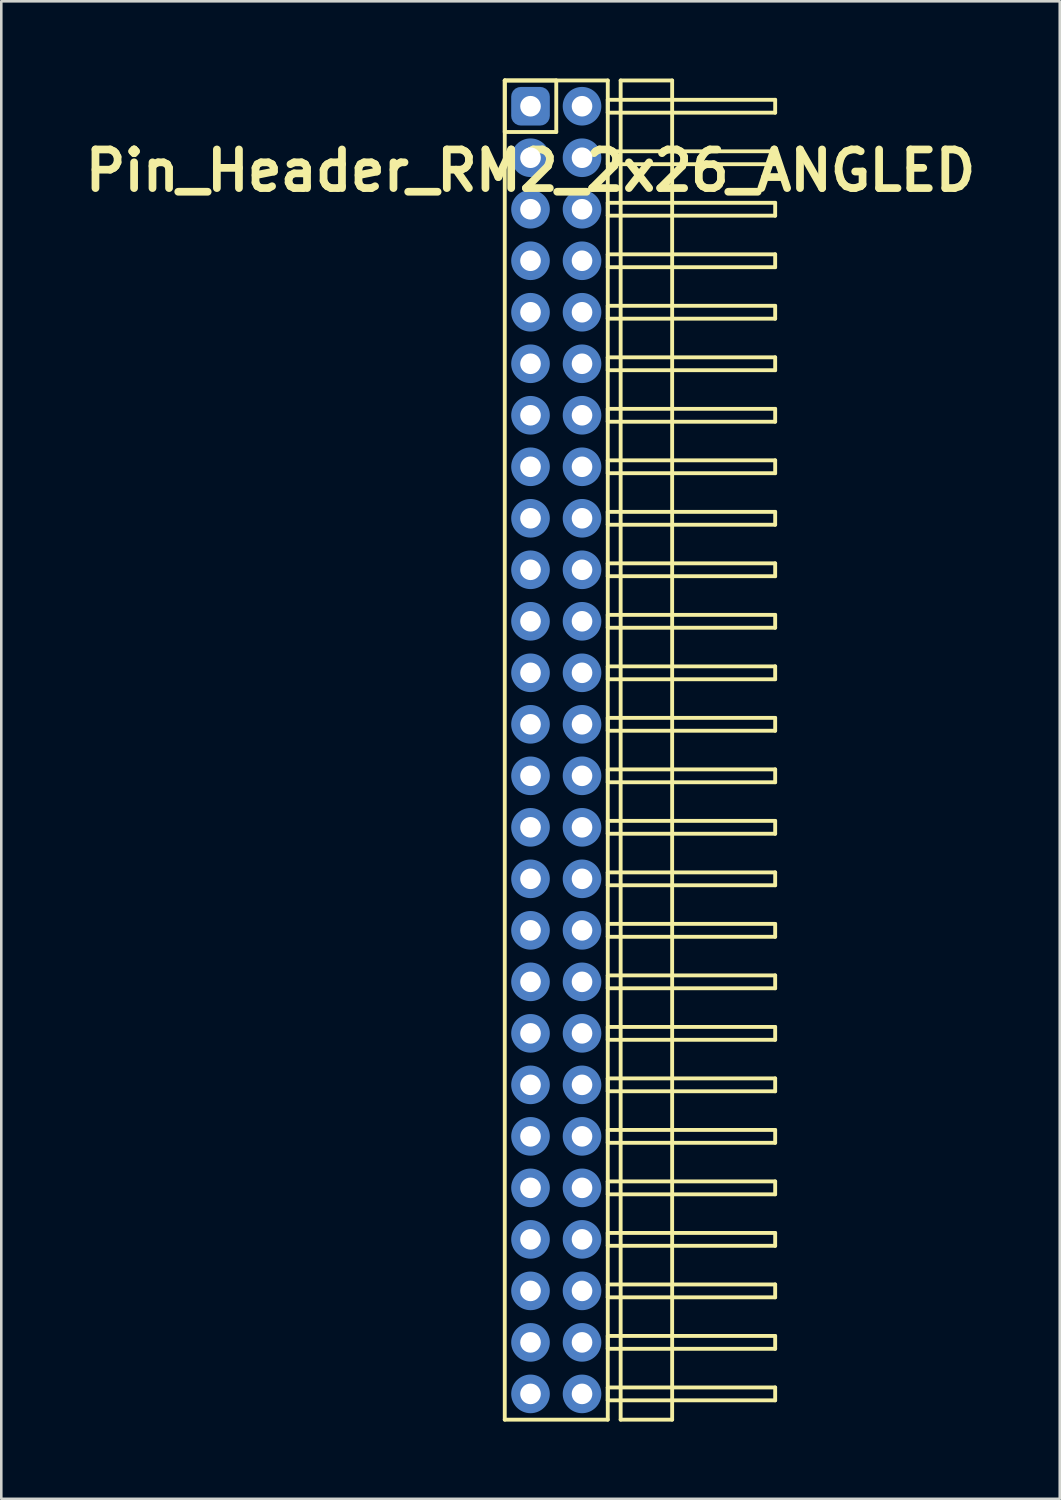
<source format=kicad_pcb>
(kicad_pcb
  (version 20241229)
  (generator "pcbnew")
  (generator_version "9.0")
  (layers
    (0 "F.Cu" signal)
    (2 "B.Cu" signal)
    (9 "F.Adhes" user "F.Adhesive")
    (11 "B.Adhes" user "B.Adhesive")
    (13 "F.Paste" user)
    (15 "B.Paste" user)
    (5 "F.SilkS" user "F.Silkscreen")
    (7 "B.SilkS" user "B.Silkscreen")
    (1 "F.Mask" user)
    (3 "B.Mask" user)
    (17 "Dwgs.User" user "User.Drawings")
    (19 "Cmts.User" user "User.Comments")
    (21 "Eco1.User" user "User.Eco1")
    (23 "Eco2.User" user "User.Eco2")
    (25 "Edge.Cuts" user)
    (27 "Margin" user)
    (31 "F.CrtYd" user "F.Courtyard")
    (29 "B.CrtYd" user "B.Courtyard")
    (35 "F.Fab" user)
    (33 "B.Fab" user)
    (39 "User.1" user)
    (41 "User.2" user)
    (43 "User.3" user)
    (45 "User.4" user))
  (footprint "Pin_Header_RM2_2x26_ANGLED"
    (layer "F.Cu")
    (at 17.55 1.075)
    (property "Reference" "Pin_Header_RM2_2x26_ANGLED" (at 0 2.5 0) (layer "F.SilkS") (effects (font (size 1.5 1.5) (thickness 0.3))))
    (attr through_hole)
    (fp_line (start -1 -1) (end 1 -1) (stroke (width 0.15) (type solid)) (layer "F.SilkS"))
    (fp_line (start -1 -1) (end 3 -1) (stroke (width 0.15) (type solid)) (layer "F.SilkS"))
    (fp_line (start -1 1) (end -1 -1) (stroke (width 0.15) (type solid)) (layer "F.SilkS"))
    (fp_line (start -1 51) (end -1 -1) (stroke (width 0.15) (type solid)) (layer "F.SilkS"))
    (fp_line (start 1 -1) (end 1 1) (stroke (width 0.15) (type solid)) (layer "F.SilkS"))
    (fp_line (start 1 1) (end -1 1) (stroke (width 0.15) (type solid)) (layer "F.SilkS"))
    (fp_line (start 3 -1) (end 3 51) (stroke (width 0.15) (type solid)) (layer "F.SilkS"))
    (fp_line (start 3 -0.25) (end 9.5 -0.25) (stroke (width 0.15) (type solid)) (layer "F.SilkS"))
    (fp_line (start 3 0.25) (end 3 -0.25) (stroke (width 0.15) (type solid)) (layer "F.SilkS"))
    (fp_line (start 3 1.75) (end 9.5 1.75) (stroke (width 0.15) (type solid)) (layer "F.SilkS"))
    (fp_line (start 3 2.25) (end 3 1.75) (stroke (width 0.15) (type solid)) (layer "F.SilkS"))
    (fp_line (start 3 3.75) (end 9.5 3.75) (stroke (width 0.15) (type solid)) (layer "F.SilkS"))
    (fp_line (start 3 4.25) (end 3 3.75) (stroke (width 0.15) (type solid)) (layer "F.SilkS"))
    (fp_line (start 3 5.75) (end 9.5 5.75) (stroke (width 0.15) (type solid)) (layer "F.SilkS"))
    (fp_line (start 3 6.25) (end 3 5.75) (stroke (width 0.15) (type solid)) (layer "F.SilkS"))
    (fp_line (start 3 7.75) (end 9.5 7.75) (stroke (width 0.15) (type solid)) (layer "F.SilkS"))
    (fp_line (start 3 8.25) (end 3 7.75) (stroke (width 0.15) (type solid)) (layer "F.SilkS"))
    (fp_line (start 3 9.75) (end 9.5 9.75) (stroke (width 0.15) (type solid)) (layer "F.SilkS"))
    (fp_line (start 3 10.25) (end 3 9.75) (stroke (width 0.15) (type solid)) (layer "F.SilkS"))
    (fp_line (start 3 11.75) (end 9.5 11.75) (stroke (width 0.15) (type solid)) (layer "F.SilkS"))
    (fp_line (start 3 12.25) (end 3 11.75) (stroke (width 0.15) (type solid)) (layer "F.SilkS"))
    (fp_line (start 3 13.75) (end 9.5 13.75) (stroke (width 0.15) (type solid)) (layer "F.SilkS"))
    (fp_line (start 3 14.25) (end 3 13.75) (stroke (width 0.15) (type solid)) (layer "F.SilkS"))
    (fp_line (start 3 15.75) (end 9.5 15.75) (stroke (width 0.15) (type solid)) (layer "F.SilkS"))
    (fp_line (start 3 16.25) (end 3 15.75) (stroke (width 0.15) (type solid)) (layer "F.SilkS"))
    (fp_line (start 3 17.75) (end 9.5 17.75) (stroke (width 0.15) (type solid)) (layer "F.SilkS"))
    (fp_line (start 3 18.25) (end 3 17.75) (stroke (width 0.15) (type solid)) (layer "F.SilkS"))
    (fp_line (start 3 19.75) (end 9.5 19.75) (stroke (width 0.15) (type solid)) (layer "F.SilkS"))
    (fp_line (start 3 20.25) (end 3 19.75) (stroke (width 0.15) (type solid)) (layer "F.SilkS"))
    (fp_line (start 3 21.75) (end 9.5 21.75) (stroke (width 0.15) (type solid)) (layer "F.SilkS"))
    (fp_line (start 3 22.25) (end 3 21.75) (stroke (width 0.15) (type solid)) (layer "F.SilkS"))
    (fp_line (start 3 23.75) (end 9.5 23.75) (stroke (width 0.15) (type solid)) (layer "F.SilkS"))
    (fp_line (start 3 24.25) (end 3 23.75) (stroke (width 0.15) (type solid)) (layer "F.SilkS"))
    (fp_line (start 3 25.75) (end 9.5 25.75) (stroke (width 0.15) (type solid)) (layer "F.SilkS"))
    (fp_line (start 3 26.25) (end 3 25.75) (stroke (width 0.15) (type solid)) (layer "F.SilkS"))
    (fp_line (start 3 27.75) (end 9.5 27.75) (stroke (width 0.15) (type solid)) (layer "F.SilkS"))
    (fp_line (start 3 28.25) (end 3 27.75) (stroke (width 0.15) (type solid)) (layer "F.SilkS"))
    (fp_line (start 3 29.75) (end 9.5 29.75) (stroke (width 0.15) (type solid)) (layer "F.SilkS"))
    (fp_line (start 3 30.25) (end 3 29.75) (stroke (width 0.15) (type solid)) (layer "F.SilkS"))
    (fp_line (start 3 31.75) (end 9.5 31.75) (stroke (width 0.15) (type solid)) (layer "F.SilkS"))
    (fp_line (start 3 32.25) (end 3 31.75) (stroke (width 0.15) (type solid)) (layer "F.SilkS"))
    (fp_line (start 3 33.75) (end 9.5 33.75) (stroke (width 0.15) (type solid)) (layer "F.SilkS"))
    (fp_line (start 3 34.25) (end 3 33.75) (stroke (width 0.15) (type solid)) (layer "F.SilkS"))
    (fp_line (start 3 35.75) (end 9.5 35.75) (stroke (width 0.15) (type solid)) (layer "F.SilkS"))
    (fp_line (start 3 36.25) (end 3 35.75) (stroke (width 0.15) (type solid)) (layer "F.SilkS"))
    (fp_line (start 3 37.75) (end 9.5 37.75) (stroke (width 0.15) (type solid)) (layer "F.SilkS"))
    (fp_line (start 3 38.25) (end 3 37.75) (stroke (width 0.15) (type solid)) (layer "F.SilkS"))
    (fp_line (start 3 39.75) (end 9.5 39.75) (stroke (width 0.15) (type solid)) (layer "F.SilkS"))
    (fp_line (start 3 40.25) (end 3 39.75) (stroke (width 0.15) (type solid)) (layer "F.SilkS"))
    (fp_line (start 3 41.75) (end 9.5 41.75) (stroke (width 0.15) (type solid)) (layer "F.SilkS"))
    (fp_line (start 3 42.25) (end 3 41.75) (stroke (width 0.15) (type solid)) (layer "F.SilkS"))
    (fp_line (start 3 43.75) (end 9.5 43.75) (stroke (width 0.15) (type solid)) (layer "F.SilkS"))
    (fp_line (start 3 44.25) (end 3 43.75) (stroke (width 0.15) (type solid)) (layer "F.SilkS"))
    (fp_line (start 3 45.75) (end 9.5 45.75) (stroke (width 0.15) (type solid)) (layer "F.SilkS"))
    (fp_line (start 3 46.25) (end 3 45.75) (stroke (width 0.15) (type solid)) (layer "F.SilkS"))
    (fp_line (start 3 47.75) (end 9.5 47.75) (stroke (width 0.15) (type solid)) (layer "F.SilkS"))
    (fp_line (start 3 48.25) (end 3 47.75) (stroke (width 0.15) (type solid)) (layer "F.SilkS"))
    (fp_line (start 3 49.75) (end 9.5 49.75) (stroke (width 0.15) (type solid)) (layer "F.SilkS"))
    (fp_line (start 3 50.25) (end 3 49.75) (stroke (width 0.15) (type solid)) (layer "F.SilkS"))
    (fp_line (start 3 51) (end -1 51) (stroke (width 0.15) (type solid)) (layer "F.SilkS"))
    (fp_line (start 3.5 -1) (end 5.5 -1) (stroke (width 0.15) (type solid)) (layer "F.SilkS"))
    (fp_line (start 3.5 51) (end 3.5 -1) (stroke (width 0.15) (type solid)) (layer "F.SilkS"))
    (fp_line (start 5.5 -1) (end 5.5 51) (stroke (width 0.15) (type solid)) (layer "F.SilkS"))
    (fp_line (start 5.5 51) (end 3.5 51) (stroke (width 0.15) (type solid)) (layer "F.SilkS"))
    (fp_line (start 9.5 -0.25) (end 9.5 0.25) (stroke (width 0.15) (type solid)) (layer "F.SilkS"))
    (fp_line (start 9.5 0.25) (end 3 0.25) (stroke (width 0.15) (type solid)) (layer "F.SilkS"))
    (fp_line (start 9.5 1.75) (end 9.5 2.25) (stroke (width 0.15) (type solid)) (layer "F.SilkS"))
    (fp_line (start 9.5 2.25) (end 3 2.25) (stroke (width 0.15) (type solid)) (layer "F.SilkS"))
    (fp_line (start 9.5 3.75) (end 9.5 4.25) (stroke (width 0.15) (type solid)) (layer "F.SilkS"))
    (fp_line (start 9.5 4.25) (end 3 4.25) (stroke (width 0.15) (type solid)) (layer "F.SilkS"))
    (fp_line (start 9.5 5.75) (end 9.5 6.25) (stroke (width 0.15) (type solid)) (layer "F.SilkS"))
    (fp_line (start 9.5 6.25) (end 3 6.25) (stroke (width 0.15) (type solid)) (layer "F.SilkS"))
    (fp_line (start 9.5 7.75) (end 9.5 8.25) (stroke (width 0.15) (type solid)) (layer "F.SilkS"))
    (fp_line (start 9.5 8.25) (end 3 8.25) (stroke (width 0.15) (type solid)) (layer "F.SilkS"))
    (fp_line (start 9.5 9.75) (end 9.5 10.25) (stroke (width 0.15) (type solid)) (layer "F.SilkS"))
    (fp_line (start 9.5 10.25) (end 3 10.25) (stroke (width 0.15) (type solid)) (layer "F.SilkS"))
    (fp_line (start 9.5 11.75) (end 9.5 12.25) (stroke (width 0.15) (type solid)) (layer "F.SilkS"))
    (fp_line (start 9.5 12.25) (end 3 12.25) (stroke (width 0.15) (type solid)) (layer "F.SilkS"))
    (fp_line (start 9.5 13.75) (end 9.5 14.25) (stroke (width 0.15) (type solid)) (layer "F.SilkS"))
    (fp_line (start 9.5 14.25) (end 3 14.25) (stroke (width 0.15) (type solid)) (layer "F.SilkS"))
    (fp_line (start 9.5 15.75) (end 9.5 16.25) (stroke (width 0.15) (type solid)) (layer "F.SilkS"))
    (fp_line (start 9.5 16.25) (end 3 16.25) (stroke (width 0.15) (type solid)) (layer "F.SilkS"))
    (fp_line (start 9.5 17.75) (end 9.5 18.25) (stroke (width 0.15) (type solid)) (layer "F.SilkS"))
    (fp_line (start 9.5 18.25) (end 3 18.25) (stroke (width 0.15) (type solid)) (layer "F.SilkS"))
    (fp_line (start 9.5 19.75) (end 9.5 20.25) (stroke (width 0.15) (type solid)) (layer "F.SilkS"))
    (fp_line (start 9.5 20.25) (end 3 20.25) (stroke (width 0.15) (type solid)) (layer "F.SilkS"))
    (fp_line (start 9.5 21.75) (end 9.5 22.25) (stroke (width 0.15) (type solid)) (layer "F.SilkS"))
    (fp_line (start 9.5 22.25) (end 3 22.25) (stroke (width 0.15) (type solid)) (layer "F.SilkS"))
    (fp_line (start 9.5 23.75) (end 9.5 24.25) (stroke (width 0.15) (type solid)) (layer "F.SilkS"))
    (fp_line (start 9.5 24.25) (end 3 24.25) (stroke (width 0.15) (type solid)) (layer "F.SilkS"))
    (fp_line (start 9.5 25.75) (end 9.5 26.25) (stroke (width 0.15) (type solid)) (layer "F.SilkS"))
    (fp_line (start 9.5 26.25) (end 3 26.25) (stroke (width 0.15) (type solid)) (layer "F.SilkS"))
    (fp_line (start 9.5 27.75) (end 9.5 28.25) (stroke (width 0.15) (type solid)) (layer "F.SilkS"))
    (fp_line (start 9.5 28.25) (end 3 28.25) (stroke (width 0.15) (type solid)) (layer "F.SilkS"))
    (fp_line (start 9.5 29.75) (end 9.5 30.25) (stroke (width 0.15) (type solid)) (layer "F.SilkS"))
    (fp_line (start 9.5 30.25) (end 3 30.25) (stroke (width 0.15) (type solid)) (layer "F.SilkS"))
    (fp_line (start 9.5 31.75) (end 9.5 32.25) (stroke (width 0.15) (type solid)) (layer "F.SilkS"))
    (fp_line (start 9.5 32.25) (end 3 32.25) (stroke (width 0.15) (type solid)) (layer "F.SilkS"))
    (fp_line (start 9.5 33.75) (end 9.5 34.25) (stroke (width 0.15) (type solid)) (layer "F.SilkS"))
    (fp_line (start 9.5 34.25) (end 3 34.25) (stroke (width 0.15) (type solid)) (layer "F.SilkS"))
    (fp_line (start 9.5 35.75) (end 9.5 36.25) (stroke (width 0.15) (type solid)) (layer "F.SilkS"))
    (fp_line (start 9.5 36.25) (end 3 36.25) (stroke (width 0.15) (type solid)) (layer "F.SilkS"))
    (fp_line (start 9.5 37.75) (end 9.5 38.25) (stroke (width 0.15) (type solid)) (layer "F.SilkS"))
    (fp_line (start 9.5 38.25) (end 3 38.25) (stroke (width 0.15) (type solid)) (layer "F.SilkS"))
    (fp_line (start 9.5 39.75) (end 9.5 40.25) (stroke (width 0.15) (type solid)) (layer "F.SilkS"))
    (fp_line (start 9.5 40.25) (end 3 40.25) (stroke (width 0.15) (type solid)) (layer "F.SilkS"))
    (fp_line (start 9.5 41.75) (end 9.5 42.25) (stroke (width 0.15) (type solid)) (layer "F.SilkS"))
    (fp_line (start 9.5 42.25) (end 3 42.25) (stroke (width 0.15) (type solid)) (layer "F.SilkS"))
    (fp_line (start 9.5 43.75) (end 9.5 44.25) (stroke (width 0.15) (type solid)) (layer "F.SilkS"))
    (fp_line (start 9.5 44.25) (end 3 44.25) (stroke (width 0.15) (type solid)) (layer "F.SilkS"))
    (fp_line (start 9.5 45.75) (end 9.5 46.25) (stroke (width 0.15) (type solid)) (layer "F.SilkS"))
    (fp_line (start 9.5 46.25) (end 3 46.25) (stroke (width 0.15) (type solid)) (layer "F.SilkS"))
    (fp_line (start 9.5 47.75) (end 9.5 48.25) (stroke (width 0.15) (type solid)) (layer "F.SilkS"))
    (fp_line (start 9.5 48.25) (end 3 48.25) (stroke (width 0.15) (type solid)) (layer "F.SilkS"))
    (fp_line (start 9.5 49.75) (end 9.5 50.25) (stroke (width 0.15) (type solid)) (layer "F.SilkS"))
    (fp_line (start 9.5 50.25) (end 3 50.25) (stroke (width 0.15) (type solid)) (layer "F.SilkS"))
    (pad "1" thru_hole circle (at 0 0) (size 1.1 1.1) (drill 0.8) (layers "*.Cu" "*.Mask"))
    (pad "1" smd roundrect (at 0 0) (size 1.25 1.25) (layers "F.Cu" "F.Mask") (roundrect_rratio 0.25))
    (pad "1" smd roundrect (at 0 0) (size 1.5 1.5) (layers "B.Cu" "B.Mask") (roundrect_rratio 0.25))
    (pad "2" thru_hole circle (at 2 0) (size 1.1 1.1) (drill 0.8) (layers "*.Cu" "*.Mask"))
    (pad "2" smd circle (at 2 0) (size 1.25 1.25) (layers "F.Cu" "F.Mask"))
    (pad "2" smd circle (at 2 0) (size 1.5 1.5) (layers "B.Cu" "B.Mask"))
    (pad "3" thru_hole circle (at 0 2) (size 1.1 1.1) (drill 0.8) (layers "*.Cu" "*.Mask"))
    (pad "3" smd circle (at 0 2) (size 1.25 1.25) (layers "F.Cu" "F.Mask"))
    (pad "3" smd circle (at 0 2) (size 1.5 1.5) (layers "B.Cu" "B.Mask"))
    (pad "4" thru_hole circle (at 2 2) (size 1.1 1.1) (drill 0.8) (layers "*.Cu" "*.Mask"))
    (pad "4" smd circle (at 2 2) (size 1.25 1.25) (layers "F.Cu" "F.Mask"))
    (pad "4" smd circle (at 2 2) (size 1.5 1.5) (layers "B.Cu" "B.Mask"))
    (pad "5" thru_hole circle (at 0 4) (size 1.1 1.1) (drill 0.8) (layers "*.Cu" "*.Mask"))
    (pad "5" smd circle (at 0 4) (size 1.25 1.25) (layers "F.Cu" "F.Mask"))
    (pad "5" smd circle (at 0 4) (size 1.5 1.5) (layers "B.Cu" "B.Mask"))
    (pad "6" thru_hole circle (at 2 4) (size 1.1 1.1) (drill 0.8) (layers "*.Cu" "*.Mask"))
    (pad "6" smd circle (at 2 4) (size 1.25 1.25) (layers "F.Cu" "F.Mask"))
    (pad "6" smd circle (at 2 4) (size 1.5 1.5) (layers "B.Cu" "B.Mask"))
    (pad "7" thru_hole circle (at 0 6) (size 1.1 1.1) (drill 0.8) (layers "*.Cu" "*.Mask"))
    (pad "7" smd circle (at 0 6) (size 1.25 1.25) (layers "F.Cu" "F.Mask"))
    (pad "7" smd circle (at 0 6) (size 1.5 1.5) (layers "B.Cu" "B.Mask"))
    (pad "8" thru_hole circle (at 2 6) (size 1.1 1.1) (drill 0.8) (layers "*.Cu" "*.Mask"))
    (pad "8" smd circle (at 2 6) (size 1.25 1.25) (layers "F.Cu" "F.Mask"))
    (pad "8" smd circle (at 2 6) (size 1.5 1.5) (layers "B.Cu" "B.Mask"))
    (pad "9" thru_hole circle (at 0 8) (size 1.1 1.1) (drill 0.8) (layers "*.Cu" "*.Mask"))
    (pad "9" smd circle (at 0 8) (size 1.25 1.25) (layers "F.Cu" "F.Mask"))
    (pad "9" smd circle (at 0 8) (size 1.5 1.5) (layers "B.Cu" "B.Mask"))
    (pad "10" thru_hole circle (at 2 8) (size 1.1 1.1) (drill 0.8) (layers "*.Cu" "*.Mask"))
    (pad "10" smd circle (at 2 8) (size 1.25 1.25) (layers "F.Cu" "F.Mask"))
    (pad "10" smd circle (at 2 8) (size 1.5 1.5) (layers "B.Cu" "B.Mask"))
    (pad "11" thru_hole circle (at 0 10) (size 1.1 1.1) (drill 0.8) (layers "*.Cu" "*.Mask"))
    (pad "11" smd circle (at 0 10) (size 1.25 1.25) (layers "F.Cu" "F.Mask"))
    (pad "11" smd circle (at 0 10) (size 1.5 1.5) (layers "B.Cu" "B.Mask"))
    (pad "12" thru_hole circle (at 2 10) (size 1.1 1.1) (drill 0.8) (layers "*.Cu" "*.Mask"))
    (pad "12" smd circle (at 2 10) (size 1.25 1.25) (layers "F.Cu" "F.Mask"))
    (pad "12" smd circle (at 2 10) (size 1.5 1.5) (layers "B.Cu" "B.Mask"))
    (pad "13" thru_hole circle (at 0 12) (size 1.1 1.1) (drill 0.8) (layers "*.Cu" "*.Mask"))
    (pad "13" smd circle (at 0 12) (size 1.25 1.25) (layers "F.Cu" "F.Mask"))
    (pad "13" smd circle (at 0 12) (size 1.5 1.5) (layers "B.Cu" "B.Mask"))
    (pad "14" thru_hole circle (at 2 12) (size 1.1 1.1) (drill 0.8) (layers "*.Cu" "*.Mask"))
    (pad "14" smd circle (at 2 12) (size 1.25 1.25) (layers "F.Cu" "F.Mask"))
    (pad "14" smd circle (at 2 12) (size 1.5 1.5) (layers "B.Cu" "B.Mask"))
    (pad "15" thru_hole circle (at 0 14) (size 1.1 1.1) (drill 0.8) (layers "*.Cu" "*.Mask"))
    (pad "15" smd circle (at 0 14) (size 1.25 1.25) (layers "F.Cu" "F.Mask"))
    (pad "15" smd circle (at 0 14) (size 1.5 1.5) (layers "B.Cu" "B.Mask"))
    (pad "16" thru_hole circle (at 2 14) (size 1.1 1.1) (drill 0.8) (layers "*.Cu" "*.Mask"))
    (pad "16" smd circle (at 2 14) (size 1.25 1.25) (layers "F.Cu" "F.Mask"))
    (pad "16" smd circle (at 2 14) (size 1.5 1.5) (layers "B.Cu" "B.Mask"))
    (pad "17" thru_hole circle (at 0 16) (size 1.1 1.1) (drill 0.8) (layers "*.Cu" "*.Mask"))
    (pad "17" smd circle (at 0 16) (size 1.25 1.25) (layers "F.Cu" "F.Mask"))
    (pad "17" smd circle (at 0 16) (size 1.5 1.5) (layers "B.Cu" "B.Mask"))
    (pad "18" thru_hole circle (at 2 16) (size 1.1 1.1) (drill 0.8) (layers "*.Cu" "*.Mask"))
    (pad "18" smd circle (at 2 16) (size 1.25 1.25) (layers "F.Cu" "F.Mask"))
    (pad "18" smd circle (at 2 16) (size 1.5 1.5) (layers "B.Cu" "B.Mask"))
    (pad "19" thru_hole circle (at 0 18) (size 1.1 1.1) (drill 0.8) (layers "*.Cu" "*.Mask"))
    (pad "19" smd circle (at 0 18) (size 1.25 1.25) (layers "F.Cu" "F.Mask"))
    (pad "19" smd circle (at 0 18) (size 1.5 1.5) (layers "B.Cu" "B.Mask"))
    (pad "20" thru_hole circle (at 2 18) (size 1.1 1.1) (drill 0.8) (layers "*.Cu" "*.Mask"))
    (pad "20" smd circle (at 2 18) (size 1.25 1.25) (layers "F.Cu" "F.Mask"))
    (pad "20" smd circle (at 2 18) (size 1.5 1.5) (layers "B.Cu" "B.Mask"))
    (pad "21" thru_hole circle (at 0 20) (size 1.1 1.1) (drill 0.8) (layers "*.Cu" "*.Mask"))
    (pad "21" smd circle (at 0 20) (size 1.25 1.25) (layers "F.Cu" "F.Mask"))
    (pad "21" smd circle (at 0 20) (size 1.5 1.5) (layers "B.Cu" "B.Mask"))
    (pad "22" thru_hole circle (at 2 20) (size 1.1 1.1) (drill 0.8) (layers "*.Cu" "*.Mask"))
    (pad "22" smd circle (at 2 20) (size 1.25 1.25) (layers "F.Cu" "F.Mask"))
    (pad "22" smd circle (at 2 20) (size 1.5 1.5) (layers "B.Cu" "B.Mask"))
    (pad "23" thru_hole circle (at 0 22) (size 1.1 1.1) (drill 0.8) (layers "*.Cu" "*.Mask"))
    (pad "23" smd circle (at 0 22) (size 1.25 1.25) (layers "F.Cu" "F.Mask"))
    (pad "23" smd circle (at 0 22) (size 1.5 1.5) (layers "B.Cu" "B.Mask"))
    (pad "24" thru_hole circle (at 2 22) (size 1.1 1.1) (drill 0.8) (layers "*.Cu" "*.Mask"))
    (pad "24" smd circle (at 2 22) (size 1.25 1.25) (layers "F.Cu" "F.Mask"))
    (pad "24" smd circle (at 2 22) (size 1.5 1.5) (layers "B.Cu" "B.Mask"))
    (pad "25" thru_hole circle (at 0 24) (size 1.1 1.1) (drill 0.8) (layers "*.Cu" "*.Mask"))
    (pad "25" smd circle (at 0 24) (size 1.25 1.25) (layers "F.Cu" "F.Mask"))
    (pad "25" smd circle (at 0 24) (size 1.5 1.5) (layers "B.Cu" "B.Mask"))
    (pad "26" thru_hole circle (at 2 24) (size 1.1 1.1) (drill 0.8) (layers "*.Cu" "*.Mask"))
    (pad "26" smd circle (at 2 24) (size 1.25 1.25) (layers "F.Cu" "F.Mask"))
    (pad "26" smd circle (at 2 24) (size 1.5 1.5) (layers "B.Cu" "B.Mask"))
    (pad "27" thru_hole circle (at 0 26) (size 1.1 1.1) (drill 0.8) (layers "*.Cu" "*.Mask"))
    (pad "27" smd circle (at 0 26) (size 1.25 1.25) (layers "F.Cu" "F.Mask"))
    (pad "27" smd circle (at 0 26) (size 1.5 1.5) (layers "B.Cu" "B.Mask"))
    (pad "28" thru_hole circle (at 2 26) (size 1.1 1.1) (drill 0.8) (layers "*.Cu" "*.Mask"))
    (pad "28" smd circle (at 2 26) (size 1.25 1.25) (layers "F.Cu" "F.Mask"))
    (pad "28" smd circle (at 2 26) (size 1.5 1.5) (layers "B.Cu" "B.Mask"))
    (pad "29" thru_hole circle (at 0 28) (size 1.1 1.1) (drill 0.8) (layers "*.Cu" "*.Mask"))
    (pad "29" smd circle (at 0 28) (size 1.25 1.25) (layers "F.Cu" "F.Mask"))
    (pad "29" smd circle (at 0 28) (size 1.5 1.5) (layers "B.Cu" "B.Mask"))
    (pad "30" thru_hole circle (at 2 28) (size 1.1 1.1) (drill 0.8) (layers "*.Cu" "*.Mask"))
    (pad "30" smd circle (at 2 28) (size 1.25 1.25) (layers "F.Cu" "F.Mask"))
    (pad "30" smd circle (at 2 28) (size 1.5 1.5) (layers "B.Cu" "B.Mask"))
    (pad "31" thru_hole circle (at 0 30) (size 1.1 1.1) (drill 0.8) (layers "*.Cu" "*.Mask"))
    (pad "31" smd circle (at 0 30) (size 1.25 1.25) (layers "F.Cu" "F.Mask"))
    (pad "31" smd circle (at 0 30) (size 1.5 1.5) (layers "B.Cu" "B.Mask"))
    (pad "32" thru_hole circle (at 2 30) (size 1.1 1.1) (drill 0.8) (layers "*.Cu" "*.Mask"))
    (pad "32" smd circle (at 2 30) (size 1.25 1.25) (layers "F.Cu" "F.Mask"))
    (pad "32" smd circle (at 2 30) (size 1.5 1.5) (layers "B.Cu" "B.Mask"))
    (pad "33" thru_hole circle (at 0 32) (size 1.1 1.1) (drill 0.8) (layers "*.Cu" "*.Mask"))
    (pad "33" smd circle (at 0 32) (size 1.25 1.25) (layers "F.Cu" "F.Mask"))
    (pad "33" smd circle (at 0 32) (size 1.5 1.5) (layers "B.Cu" "B.Mask"))
    (pad "34" thru_hole circle (at 2 32) (size 1.1 1.1) (drill 0.8) (layers "*.Cu" "*.Mask"))
    (pad "34" smd circle (at 2 32) (size 1.25 1.25) (layers "F.Cu" "F.Mask"))
    (pad "34" smd circle (at 2 32) (size 1.5 1.5) (layers "B.Cu" "B.Mask"))
    (pad "35" thru_hole circle (at 0 34) (size 1.1 1.1) (drill 0.8) (layers "*.Cu" "*.Mask"))
    (pad "35" smd circle (at 0 34) (size 1.25 1.25) (layers "F.Cu" "F.Mask"))
    (pad "35" smd circle (at 0 34) (size 1.5 1.5) (layers "B.Cu" "B.Mask"))
    (pad "36" thru_hole circle (at 2 34) (size 1.1 1.1) (drill 0.8) (layers "*.Cu" "*.Mask"))
    (pad "36" smd circle (at 2 34) (size 1.25 1.25) (layers "F.Cu" "F.Mask"))
    (pad "36" smd circle (at 2 34) (size 1.5 1.5) (layers "B.Cu" "B.Mask"))
    (pad "37" thru_hole circle (at 0 36) (size 1.1 1.1) (drill 0.8) (layers "*.Cu" "*.Mask"))
    (pad "37" smd circle (at 0 36) (size 1.25 1.25) (layers "F.Cu" "F.Mask"))
    (pad "37" smd circle (at 0 36) (size 1.5 1.5) (layers "B.Cu" "B.Mask"))
    (pad "38" thru_hole circle (at 2 36) (size 1.1 1.1) (drill 0.8) (layers "*.Cu" "*.Mask"))
    (pad "38" smd circle (at 2 36) (size 1.25 1.25) (layers "F.Cu" "F.Mask"))
    (pad "38" smd circle (at 2 36) (size 1.5 1.5) (layers "B.Cu" "B.Mask"))
    (pad "39" thru_hole circle (at 0 38) (size 1.1 1.1) (drill 0.8) (layers "*.Cu" "*.Mask"))
    (pad "39" smd circle (at 0 38) (size 1.25 1.25) (layers "F.Cu" "F.Mask"))
    (pad "39" smd circle (at 0 38) (size 1.5 1.5) (layers "B.Cu" "B.Mask"))
    (pad "40" thru_hole circle (at 2 38) (size 1.1 1.1) (drill 0.8) (layers "*.Cu" "*.Mask"))
    (pad "40" smd circle (at 2 38) (size 1.25 1.25) (layers "F.Cu" "F.Mask"))
    (pad "40" smd circle (at 2 38) (size 1.5 1.5) (layers "B.Cu" "B.Mask"))
    (pad "41" thru_hole circle (at 0 40) (size 1.1 1.1) (drill 0.8) (layers "*.Cu" "*.Mask"))
    (pad "41" smd circle (at 0 40) (size 1.25 1.25) (layers "F.Cu" "F.Mask"))
    (pad "41" smd circle (at 0 40) (size 1.5 1.5) (layers "B.Cu" "B.Mask"))
    (pad "42" thru_hole circle (at 2 40) (size 1.1 1.1) (drill 0.8) (layers "*.Cu" "*.Mask"))
    (pad "42" smd circle (at 2 40) (size 1.25 1.25) (layers "F.Cu" "F.Mask"))
    (pad "42" smd circle (at 2 40) (size 1.5 1.5) (layers "B.Cu" "B.Mask"))
    (pad "43" thru_hole circle (at 0 42) (size 1.1 1.1) (drill 0.8) (layers "*.Cu" "*.Mask"))
    (pad "43" smd circle (at 0 42) (size 1.25 1.25) (layers "F.Cu" "F.Mask"))
    (pad "43" smd circle (at 0 42) (size 1.5 1.5) (layers "B.Cu" "B.Mask"))
    (pad "44" thru_hole circle (at 2 42) (size 1.1 1.1) (drill 0.8) (layers "*.Cu" "*.Mask"))
    (pad "44" smd circle (at 2 42) (size 1.25 1.25) (layers "F.Cu" "F.Mask"))
    (pad "44" smd circle (at 2 42) (size 1.5 1.5) (layers "B.Cu" "B.Mask"))
    (pad "45" thru_hole circle (at 0 44) (size 1.1 1.1) (drill 0.8) (layers "*.Cu" "*.Mask"))
    (pad "45" smd circle (at 0 44) (size 1.25 1.25) (layers "F.Cu" "F.Mask"))
    (pad "45" smd circle (at 0 44) (size 1.5 1.5) (layers "B.Cu" "B.Mask"))
    (pad "46" thru_hole circle (at 2 44) (size 1.1 1.1) (drill 0.8) (layers "*.Cu" "*.Mask"))
    (pad "46" smd circle (at 2 44) (size 1.25 1.25) (layers "F.Cu" "F.Mask"))
    (pad "46" smd circle (at 2 44) (size 1.5 1.5) (layers "B.Cu" "B.Mask"))
    (pad "47" thru_hole circle (at 0 46) (size 1.1 1.1) (drill 0.8) (layers "*.Cu" "*.Mask"))
    (pad "47" smd circle (at 0 46) (size 1.25 1.25) (layers "F.Cu" "F.Mask"))
    (pad "47" smd circle (at 0 46) (size 1.5 1.5) (layers "B.Cu" "B.Mask"))
    (pad "48" thru_hole circle (at 2 46) (size 1.1 1.1) (drill 0.8) (layers "*.Cu" "*.Mask"))
    (pad "48" smd circle (at 2 46) (size 1.25 1.25) (layers "F.Cu" "F.Mask"))
    (pad "48" smd circle (at 2 46) (size 1.5 1.5) (layers "B.Cu" "B.Mask"))
    (pad "49" thru_hole circle (at 0 48) (size 1.1 1.1) (drill 0.8) (layers "*.Cu" "*.Mask"))
    (pad "49" smd circle (at 0 48) (size 1.25 1.25) (layers "F.Cu" "F.Mask"))
    (pad "49" smd circle (at 0 48) (size 1.5 1.5) (layers "B.Cu" "B.Mask"))
    (pad "50" thru_hole circle (at 2 48) (size 1.1 1.1) (drill 0.8) (layers "*.Cu" "*.Mask"))
    (pad "50" smd circle (at 2 48) (size 1.25 1.25) (layers "F.Cu" "F.Mask"))
    (pad "50" smd circle (at 2 48) (size 1.5 1.5) (layers "B.Cu" "B.Mask"))
    (pad "51" thru_hole circle (at 0 50) (size 1.1 1.1) (drill 0.8) (layers "*.Cu" "*.Mask"))
    (pad "51" smd circle (at 0 50) (size 1.25 1.25) (layers "F.Cu" "F.Mask"))
    (pad "51" smd circle (at 0 50) (size 1.5 1.5) (layers "B.Cu" "B.Mask"))
    (pad "52" thru_hole circle (at 2 50) (size 1.1 1.1) (drill 0.8) (layers "*.Cu" "*.Mask"))
    (pad "52" smd circle (at 2 50) (size 1.25 1.25) (layers "F.Cu" "F.Mask"))
    (pad "52" smd circle (at 2 50) (size 1.5 1.5) (layers "B.Cu" "B.Mask")))
  (gr_rect
    (start -3 -3)
    (end 38.1 55.15)
    (stroke (width 0.1) (type default))
    (fill no)
    (layer "Edge.Cuts")))
</source>
